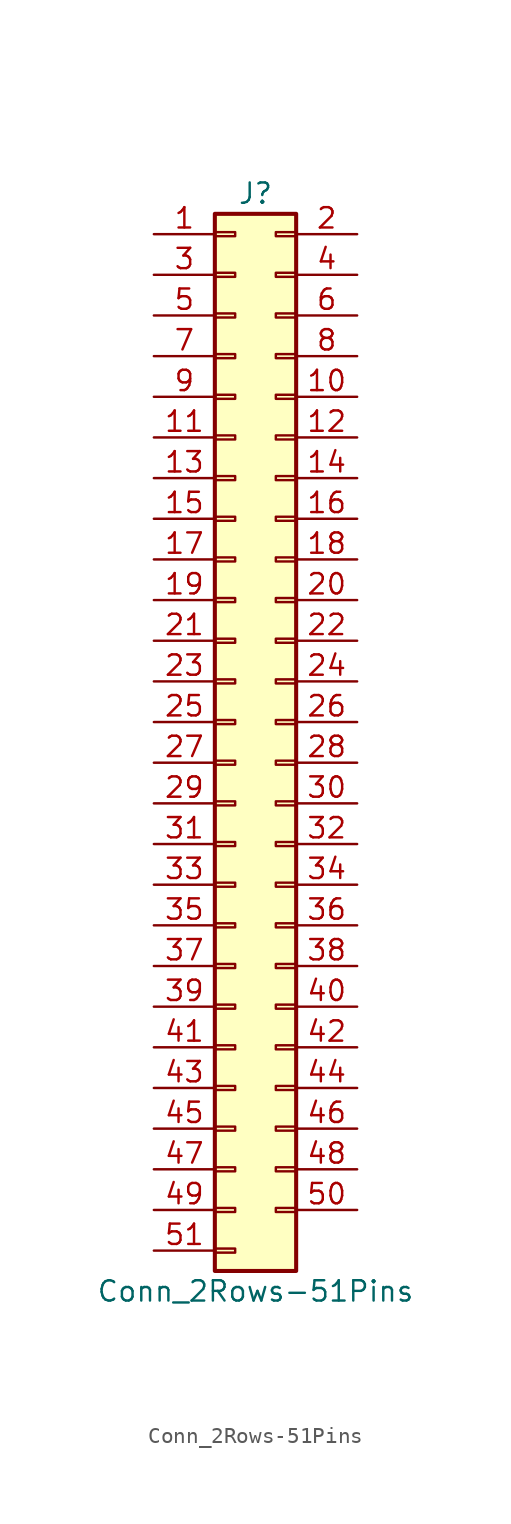
<source format=kicad_sym>
(kicad_symbol_lib
  (version 20201005)
  (generator kicad_symbol_editor)
  (symbol "Connector_Generic:Conn_2Rows-51Pins"
    (pin_names
      (offset 1.016) hide)
    (property "Reference" "J"
      (at 1.27 33.02 0)
      (effects (font (size 1.27 1.27))))
    (property "Value" "Conn_2Rows-51Pins"
      (at 1.27 -35.56 0)
      (effects (font (size 1.27 1.27))))
    (symbol "Conn_2Rows-51Pins_1_1"
      (rectangle (start -1.27 -27.813) (end 0 -28.067) (stroke (width 0.152)) (fill (type none)))
      (rectangle (start -1.27 -30.353) (end 0 -30.607) (stroke (width 0.152)) (fill (type none)))
      (rectangle (start -1.27 -32.893) (end 0 -33.147) (stroke (width 0.152)) (fill (type none)))
      (rectangle (start -1.27 -4.953) (end 0 -5.207) (stroke (width 0.152)) (fill (type none)))
      (rectangle (start -1.27 -7.493) (end 0 -7.747) (stroke (width 0.152)) (fill (type none)))
      (rectangle (start -1.27 -10.033) (end 0 -10.287) (stroke (width 0.152)) (fill (type none)))
      (rectangle (start -1.27 -12.573) (end 0 -12.827) (stroke (width 0.152)) (fill (type none)))
      (rectangle (start -1.27 -15.113) (end 0 -15.367) (stroke (width 0.152)) (fill (type none)))
      (rectangle (start -1.27 -17.653) (end 0 -17.907) (stroke (width 0.152)) (fill (type none)))
      (rectangle (start -1.27 -20.193) (end 0 -20.447) (stroke (width 0.152)) (fill (type none)))
      (rectangle (start -1.27 -22.733) (end 0 -22.987) (stroke (width 0.152)) (fill (type none)))
      (rectangle (start -1.27 -2.413) (end 0 -2.667) (stroke (width 0.152)) (fill (type none)))
      (rectangle (start -1.27 -25.273) (end 0 -25.527) (stroke (width 0.152)) (fill (type none)))
      (rectangle (start -1.27 25.527) (end 0 25.273) (stroke (width 0.152)) (fill (type none)))
      (rectangle (start -1.27 2.667) (end 0 2.413) (stroke (width 0.152)) (fill (type none)))
      (rectangle (start -1.27 28.067) (end 0 27.813) (stroke (width 0.152)) (fill (type none)))
      (rectangle (start -1.27 30.607) (end 0 30.353) (stroke (width 0.152)) (fill (type none)))
      (rectangle (start -1.27 31.75) (end 3.81 -34.29) (stroke (width 0.254)) (fill (type background)))
      (rectangle (start -1.27 5.207) (end 0 4.953) (stroke (width 0.152)) (fill (type none)))
      (rectangle (start -1.27 7.747) (end 0 7.493) (stroke (width 0.152)) (fill (type none)))
      (rectangle (start -1.27 10.287) (end 0 10.033) (stroke (width 0.152)) (fill (type none)))
      (rectangle (start -1.27 0.127) (end 0 -0.127) (stroke (width 0.152)) (fill (type none)))
      (rectangle (start -1.27 12.827) (end 0 12.573) (stroke (width 0.152)) (fill (type none)))
      (rectangle (start -1.27 15.367) (end 0 15.113) (stroke (width 0.152)) (fill (type none)))
      (rectangle (start -1.27 17.907) (end 0 17.653) (stroke (width 0.152)) (fill (type none)))
      (rectangle (start -1.27 20.447) (end 0 20.193) (stroke (width 0.152)) (fill (type none)))
      (rectangle (start -1.27 22.987) (end 0 22.733) (stroke (width 0.152)) (fill (type none)))
      (rectangle (start 3.81 -27.813) (end 2.54 -28.067) (stroke (width 0.152)) (fill (type none)))
      (rectangle (start 3.81 -30.353) (end 2.54 -30.607) (stroke (width 0.152)) (fill (type none)))
      (rectangle (start 3.81 -4.953) (end 2.54 -5.207) (stroke (width 0.152)) (fill (type none)))
      (rectangle (start 3.81 -7.493) (end 2.54 -7.747) (stroke (width 0.152)) (fill (type none)))
      (rectangle (start 3.81 -10.033) (end 2.54 -10.287) (stroke (width 0.152)) (fill (type none)))
      (rectangle (start 3.81 -12.573) (end 2.54 -12.827) (stroke (width 0.152)) (fill (type none)))
      (rectangle (start 3.81 -15.113) (end 2.54 -15.367) (stroke (width 0.152)) (fill (type none)))
      (rectangle (start 3.81 -17.653) (end 2.54 -17.907) (stroke (width 0.152)) (fill (type none)))
      (rectangle (start 3.81 -20.193) (end 2.54 -20.447) (stroke (width 0.152)) (fill (type none)))
      (rectangle (start 3.81 -22.733) (end 2.54 -22.987) (stroke (width 0.152)) (fill (type none)))
      (rectangle (start 3.81 -2.413) (end 2.54 -2.667) (stroke (width 0.152)) (fill (type none)))
      (rectangle (start 3.81 -25.273) (end 2.54 -25.527) (stroke (width 0.152)) (fill (type none)))
      (rectangle (start 3.81 25.527) (end 2.54 25.273) (stroke (width 0.152)) (fill (type none)))
      (rectangle (start 3.81 2.667) (end 2.54 2.413) (stroke (width 0.152)) (fill (type none)))
      (rectangle (start 3.81 28.067) (end 2.54 27.813) (stroke (width 0.152)) (fill (type none)))
      (rectangle (start 3.81 30.607) (end 2.54 30.353) (stroke (width 0.152)) (fill (type none)))
      (rectangle (start 3.81 5.207) (end 2.54 4.953) (stroke (width 0.152)) (fill (type none)))
      (rectangle (start 3.81 7.747) (end 2.54 7.493) (stroke (width 0.152)) (fill (type none)))
      (rectangle (start 3.81 10.287) (end 2.54 10.033) (stroke (width 0.152)) (fill (type none)))
      (rectangle (start 3.81 0.127) (end 2.54 -0.127) (stroke (width 0.152)) (fill (type none)))
      (rectangle (start 3.81 12.827) (end 2.54 12.573) (stroke (width 0.152)) (fill (type none)))
      (rectangle (start 3.81 15.367) (end 2.54 15.113) (stroke (width 0.152)) (fill (type none)))
      (rectangle (start 3.81 17.907) (end 2.54 17.653) (stroke (width 0.152)) (fill (type none)))
      (rectangle (start 3.81 20.447) (end 2.54 20.193) (stroke (width 0.152)) (fill (type none)))
      (rectangle (start 3.81 22.987) (end 2.54 22.733) (stroke (width 0.152)) (fill (type none)))
      (pin passive line (at -5.08 30.48 0) (length 3.81) (name "Pin_1" (effects (font (size 1.27 1.27)))) (number "1" (effects (font (size 1.27 1.27)))))
      (pin passive line (at 7.62 20.32 180) (length 3.81) (name "Pin_10" (effects (font (size 1.27 1.27)))) (number "10" (effects (font (size 1.27 1.27)))))
      (pin passive line (at -5.08 17.78 0) (length 3.81) (name "Pin_11" (effects (font (size 1.27 1.27)))) (number "11" (effects (font (size 1.27 1.27)))))
      (pin passive line (at 7.62 17.78 180) (length 3.81) (name "Pin_12" (effects (font (size 1.27 1.27)))) (number "12" (effects (font (size 1.27 1.27)))))
      (pin passive line (at -5.08 15.24 0) (length 3.81) (name "Pin_13" (effects (font (size 1.27 1.27)))) (number "13" (effects (font (size 1.27 1.27)))))
      (pin passive line (at 7.62 15.24 180) (length 3.81) (name "Pin_14" (effects (font (size 1.27 1.27)))) (number "14" (effects (font (size 1.27 1.27)))))
      (pin passive line (at -5.08 12.7 0) (length 3.81) (name "Pin_15" (effects (font (size 1.27 1.27)))) (number "15" (effects (font (size 1.27 1.27)))))
      (pin passive line (at 7.62 12.7 180) (length 3.81) (name "Pin_16" (effects (font (size 1.27 1.27)))) (number "16" (effects (font (size 1.27 1.27)))))
      (pin passive line (at -5.08 10.16 0) (length 3.81) (name "Pin_17" (effects (font (size 1.27 1.27)))) (number "17" (effects (font (size 1.27 1.27)))))
      (pin passive line (at 7.62 10.16 180) (length 3.81) (name "Pin_18" (effects (font (size 1.27 1.27)))) (number "18" (effects (font (size 1.27 1.27)))))
      (pin passive line (at -5.08 7.62 0) (length 3.81) (name "Pin_19" (effects (font (size 1.27 1.27)))) (number "19" (effects (font (size 1.27 1.27)))))
      (pin passive line (at 7.62 30.48 180) (length 3.81) (name "Pin_2" (effects (font (size 1.27 1.27)))) (number "2" (effects (font (size 1.27 1.27)))))
      (pin passive line (at 7.62 7.62 180) (length 3.81) (name "Pin_20" (effects (font (size 1.27 1.27)))) (number "20" (effects (font (size 1.27 1.27)))))
      (pin passive line (at -5.08 5.08 0) (length 3.81) (name "Pin_21" (effects (font (size 1.27 1.27)))) (number "21" (effects (font (size 1.27 1.27)))))
      (pin passive line (at 7.62 5.08 180) (length 3.81) (name "Pin_22" (effects (font (size 1.27 1.27)))) (number "22" (effects (font (size 1.27 1.27)))))
      (pin passive line (at -5.08 2.54 0) (length 3.81) (name "Pin_23" (effects (font (size 1.27 1.27)))) (number "23" (effects (font (size 1.27 1.27)))))
      (pin passive line (at 7.62 2.54 180) (length 3.81) (name "Pin_24" (effects (font (size 1.27 1.27)))) (number "24" (effects (font (size 1.27 1.27)))))
      (pin passive line (at -5.08 0 0) (length 3.81) (name "Pin_25" (effects (font (size 1.27 1.27)))) (number "25" (effects (font (size 1.27 1.27)))))
      (pin passive line (at 7.62 0 180) (length 3.81) (name "Pin_26" (effects (font (size 1.27 1.27)))) (number "26" (effects (font (size 1.27 1.27)))))
      (pin passive line (at -5.08 -2.54 0) (length 3.81) (name "Pin_27" (effects (font (size 1.27 1.27)))) (number "27" (effects (font (size 1.27 1.27)))))
      (pin passive line (at 7.62 -2.54 180) (length 3.81) (name "Pin_28" (effects (font (size 1.27 1.27)))) (number "28" (effects (font (size 1.27 1.27)))))
      (pin passive line (at -5.08 -5.08 0) (length 3.81) (name "Pin_29" (effects (font (size 1.27 1.27)))) (number "29" (effects (font (size 1.27 1.27)))))
      (pin passive line (at -5.08 27.94 0) (length 3.81) (name "Pin_3" (effects (font (size 1.27 1.27)))) (number "3" (effects (font (size 1.27 1.27)))))
      (pin passive line (at 7.62 -5.08 180) (length 3.81) (name "Pin_30" (effects (font (size 1.27 1.27)))) (number "30" (effects (font (size 1.27 1.27)))))
      (pin passive line (at -5.08 -7.62 0) (length 3.81) (name "Pin_31" (effects (font (size 1.27 1.27)))) (number "31" (effects (font (size 1.27 1.27)))))
      (pin passive line (at 7.62 -7.62 180) (length 3.81) (name "Pin_32" (effects (font (size 1.27 1.27)))) (number "32" (effects (font (size 1.27 1.27)))))
      (pin passive line (at -5.08 -10.16 0) (length 3.81) (name "Pin_33" (effects (font (size 1.27 1.27)))) (number "33" (effects (font (size 1.27 1.27)))))
      (pin passive line (at 7.62 -10.16 180) (length 3.81) (name "Pin_34" (effects (font (size 1.27 1.27)))) (number "34" (effects (font (size 1.27 1.27)))))
      (pin passive line (at -5.08 -12.7 0) (length 3.81) (name "Pin_35" (effects (font (size 1.27 1.27)))) (number "35" (effects (font (size 1.27 1.27)))))
      (pin passive line (at 7.62 -12.7 180) (length 3.81) (name "Pin_36" (effects (font (size 1.27 1.27)))) (number "36" (effects (font (size 1.27 1.27)))))
      (pin passive line (at -5.08 -15.24 0) (length 3.81) (name "Pin_37" (effects (font (size 1.27 1.27)))) (number "37" (effects (font (size 1.27 1.27)))))
      (pin passive line (at 7.62 -15.24 180) (length 3.81) (name "Pin_38" (effects (font (size 1.27 1.27)))) (number "38" (effects (font (size 1.27 1.27)))))
      (pin passive line (at -5.08 -17.78 0) (length 3.81) (name "Pin_39" (effects (font (size 1.27 1.27)))) (number "39" (effects (font (size 1.27 1.27)))))
      (pin passive line (at 7.62 27.94 180) (length 3.81) (name "Pin_4" (effects (font (size 1.27 1.27)))) (number "4" (effects (font (size 1.27 1.27)))))
      (pin passive line (at 7.62 -17.78 180) (length 3.81) (name "Pin_40" (effects (font (size 1.27 1.27)))) (number "40" (effects (font (size 1.27 1.27)))))
      (pin passive line (at -5.08 -20.32 0) (length 3.81) (name "Pin_41" (effects (font (size 1.27 1.27)))) (number "41" (effects (font (size 1.27 1.27)))))
      (pin passive line (at 7.62 -20.32 180) (length 3.81) (name "Pin_42" (effects (font (size 1.27 1.27)))) (number "42" (effects (font (size 1.27 1.27)))))
      (pin passive line (at -5.08 -22.86 0) (length 3.81) (name "Pin_43" (effects (font (size 1.27 1.27)))) (number "43" (effects (font (size 1.27 1.27)))))
      (pin passive line (at 7.62 -22.86 180) (length 3.81) (name "Pin_44" (effects (font (size 1.27 1.27)))) (number "44" (effects (font (size 1.27 1.27)))))
      (pin passive line (at -5.08 -25.4 0) (length 3.81) (name "Pin_45" (effects (font (size 1.27 1.27)))) (number "45" (effects (font (size 1.27 1.27)))))
      (pin passive line (at 7.62 -25.4 180) (length 3.81) (name "Pin_46" (effects (font (size 1.27 1.27)))) (number "46" (effects (font (size 1.27 1.27)))))
      (pin passive line (at -5.08 -27.94 0) (length 3.81) (name "Pin_47" (effects (font (size 1.27 1.27)))) (number "47" (effects (font (size 1.27 1.27)))))
      (pin passive line (at 7.62 -27.94 180) (length 3.81) (name "Pin_48" (effects (font (size 1.27 1.27)))) (number "48" (effects (font (size 1.27 1.27)))))
      (pin passive line (at -5.08 -30.48 0) (length 3.81) (name "Pin_49" (effects (font (size 1.27 1.27)))) (number "49" (effects (font (size 1.27 1.27)))))
      (pin passive line (at -5.08 25.4 0) (length 3.81) (name "Pin_5" (effects (font (size 1.27 1.27)))) (number "5" (effects (font (size 1.27 1.27)))))
      (pin passive line (at 7.62 -30.48 180) (length 3.81) (name "Pin_50" (effects (font (size 1.27 1.27)))) (number "50" (effects (font (size 1.27 1.27)))))
      (pin passive line (at -5.08 -33.02 0) (length 3.81) (name "Pin_51" (effects (font (size 1.27 1.27)))) (number "51" (effects (font (size 1.27 1.27)))))
      (pin passive line (at 7.62 25.4 180) (length 3.81) (name "Pin_6" (effects (font (size 1.27 1.27)))) (number "6" (effects (font (size 1.27 1.27)))))
      (pin passive line (at -5.08 22.86 0) (length 3.81) (name "Pin_7" (effects (font (size 1.27 1.27)))) (number "7" (effects (font (size 1.27 1.27)))))
      (pin passive line (at 7.62 22.86 180) (length 3.81) (name "Pin_8" (effects (font (size 1.27 1.27)))) (number "8" (effects (font (size 1.27 1.27)))))
      (pin passive line (at -5.08 20.32 0) (length 3.81) (name "Pin_9" (effects (font (size 1.27 1.27)))) (number "9" (effects (font (size 1.27 1.27))))))))
</source>
